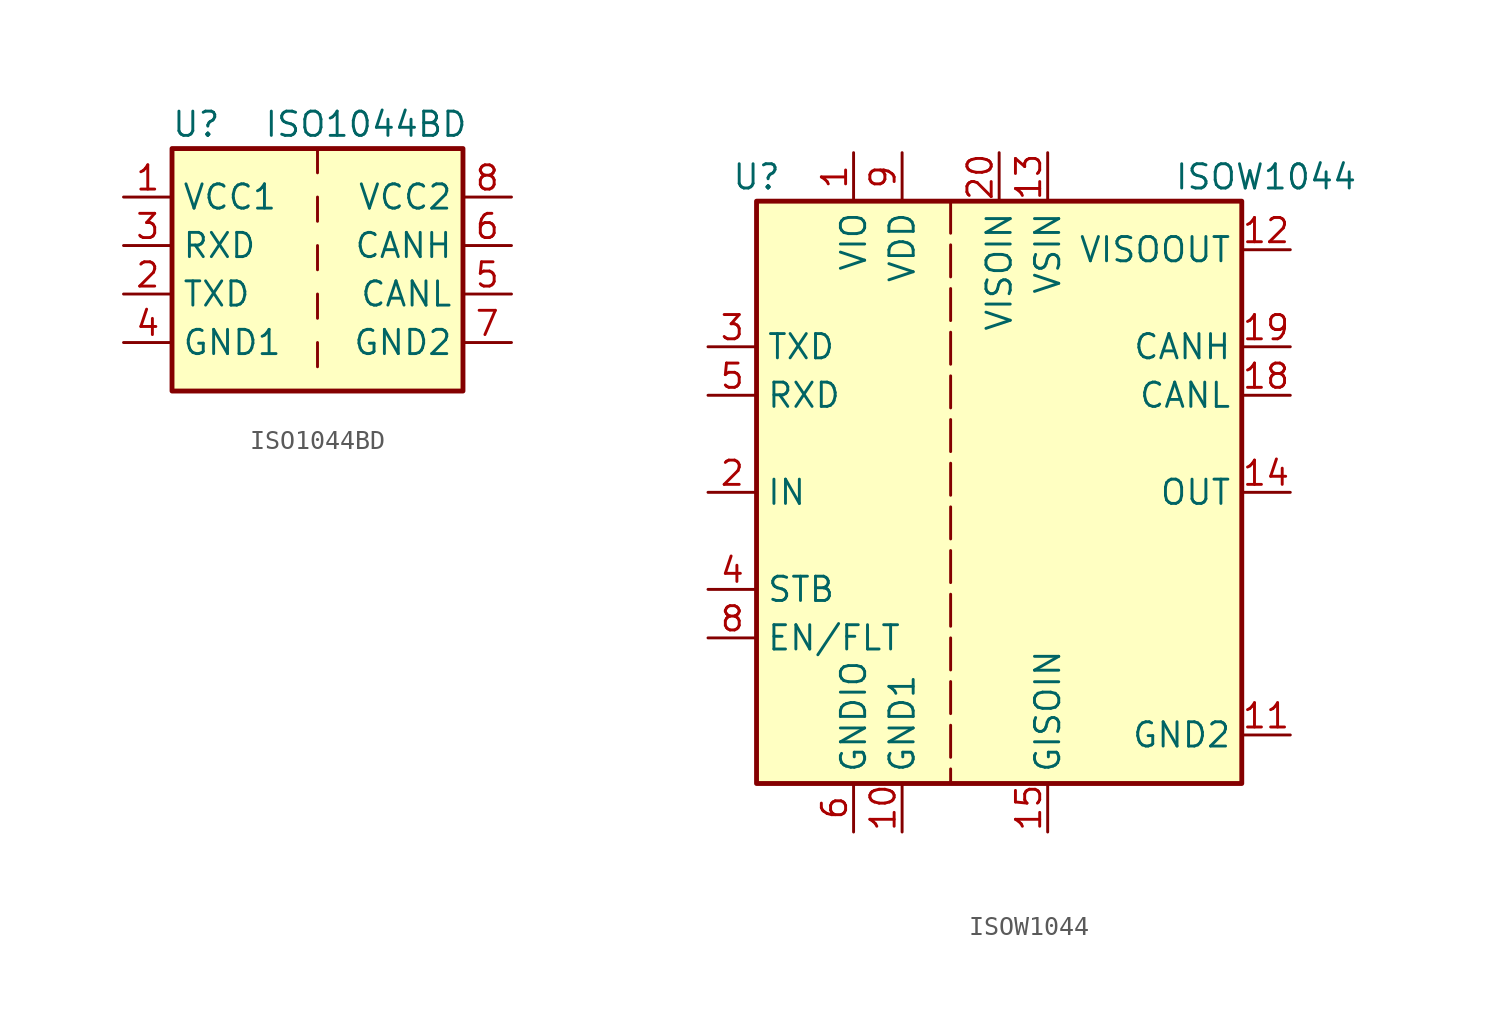
<source format=kicad_sym>
(kicad_symbol_lib
  (version 20220914)
  (generator kicad_symbol_editor)
  (symbol "ISO1044BD"
    (property "Reference" "U"
      (at -6.35 6.35 0)
      (effects (font (size 1.27 1.27))))
    (property "Value" "ISO1044BD"
      (at 2.54 6.35 0)
      (effects (font (size 1.27 1.27))))
    (symbol "ISO1044BD_0_1"
      (rectangle (start -7.62 5.08) (end 7.62 -7.62) (stroke (width 0.254) (type default)) (fill (type background)))
      (polyline (pts (xy 0 -5.08) (xy 0 -6.35)) (stroke (width 0) (type default)) (fill (type none)))
      (polyline (pts (xy 0 -2.54) (xy 0 -3.81)) (stroke (width 0) (type default)) (fill (type none)))
      (polyline (pts (xy 0 0) (xy 0 -1.27)) (stroke (width 0) (type default)) (fill (type none)))
      (polyline (pts (xy 0 2.54) (xy 0 1.27)) (stroke (width 0) (type default)) (fill (type none)))
      (polyline (pts (xy 0 5.08) (xy 0 3.81)) (stroke (width 0) (type default)) (fill (type none))))
    (symbol "ISO1044BD_1_1"
      (pin power_in line (at -10.16 2.54 0) (length 2.54) (name "VCC1" (effects (font (size 1.27 1.27)))) (number "1" (effects (font (size 1.27 1.27)))))
      (pin input line (at -10.16 -2.54 0) (length 2.54) (name "TXD" (effects (font (size 1.27 1.27)))) (number "2" (effects (font (size 1.27 1.27)))))
      (pin output line (at -10.16 0 0) (length 2.54) (name "RXD" (effects (font (size 1.27 1.27)))) (number "3" (effects (font (size 1.27 1.27)))))
      (pin power_in line (at -10.16 -5.08 0) (length 2.54) (name "GND1" (effects (font (size 1.27 1.27)))) (number "4" (effects (font (size 1.27 1.27)))))
      (pin bidirectional line (at 10.16 -2.54 180) (length 2.54) (name "CANL" (effects (font (size 1.27 1.27)))) (number "5" (effects (font (size 1.27 1.27)))))
      (pin bidirectional line (at 10.16 0 180) (length 2.54) (name "CANH" (effects (font (size 1.27 1.27)))) (number "6" (effects (font (size 1.27 1.27)))))
      (pin power_in line (at 10.16 -5.08 180) (length 2.54) (name "GND2" (effects (font (size 1.27 1.27)))) (number "7" (effects (font (size 1.27 1.27)))))
      (pin power_in line (at 10.16 2.54 180) (length 2.54) (name "VCC2" (effects (font (size 1.27 1.27)))) (number "8" (effects (font (size 1.27 1.27)))))))
  (symbol "ISOW1044"
    (property "Reference" "U"
      (at -12.7 16.51 0)
      (effects (font (size 1.27 1.27))))
    (property "Value" "ISOW1044"
      (at 13.97 16.51 0)
      (effects (font (size 1.27 1.27))))
    (symbol "ISOW1044_0_1"
      (rectangle (start -12.7 15.24) (end 12.7 -15.24) (stroke (width 0.254) (type default)) (fill (type background))))
    (symbol "ISOW1044_1_1"
      (polyline (pts (xy -2.54 15.24) (xy -2.54 -15.24)) (stroke (width 0) (type dash)) (fill (type none)))
      (pin power_in line (at -7.62 17.78 270) (length 2.54) (name "VIO" (effects (font (size 1.27 1.27)))) (number "1" (effects (font (size 1.27 1.27)))))
      (pin power_in line (at -5.08 -17.78 90) (length 2.54) (name "GND1" (effects (font (size 1.27 1.27)))) (number "10" (effects (font (size 1.27 1.27)))))
      (pin power_out line (at 15.24 -12.7 180) (length 2.54) (name "GND2" (effects (font (size 1.27 1.27)))) (number "11" (effects (font (size 1.27 1.27)))))
      (pin power_out line (at 15.24 12.7 180) (length 2.54) (name "VISOOUT" (effects (font (size 1.27 1.27)))) (number "12" (effects (font (size 1.27 1.27)))))
      (pin power_in line (at 2.54 17.78 270) (length 2.54) (name "VSIN" (effects (font (size 1.27 1.27)))) (number "13" (effects (font (size 1.27 1.27)))))
      (pin output line (at 15.24 0 180) (length 2.54) (name "OUT" (effects (font (size 1.27 1.27)))) (number "14" (effects (font (size 1.27 1.27)))))
      (pin power_in line (at 2.54 -17.78 90) (length 2.54) (name "GISOIN" (effects (font (size 1.27 1.27)))) (number "15" (effects (font (size 1.27 1.27)))))
      (pin passive line (at 2.54 -17.78 90) (length 2.54) hide (name "GISOIN" (effects (font (size 1.27 1.27)))) (number "16" (effects (font (size 1.27 1.27)))))
      (pin passive line (at 2.54 -17.78 90) (length 2.54) hide (name "GISOIN" (effects (font (size 1.27 1.27)))) (number "17" (effects (font (size 1.27 1.27)))))
      (pin bidirectional line (at 15.24 5.08 180) (length 2.54) (name "CANL" (effects (font (size 1.27 1.27)))) (number "18" (effects (font (size 1.27 1.27)))))
      (pin bidirectional line (at 15.24 7.62 180) (length 2.54) (name "CANH" (effects (font (size 1.27 1.27)))) (number "19" (effects (font (size 1.27 1.27)))))
      (pin input line (at -15.24 0 0) (length 2.54) (name "IN" (effects (font (size 1.27 1.27)))) (number "2" (effects (font (size 1.27 1.27)))))
      (pin power_in line (at 0 17.78 270) (length 2.54) (name "VISOIN" (effects (font (size 1.27 1.27)))) (number "20" (effects (font (size 1.27 1.27)))))
      (pin input line (at -15.24 7.62 0) (length 2.54) (name "TXD" (effects (font (size 1.27 1.27)))) (number "3" (effects (font (size 1.27 1.27)))))
      (pin input line (at -15.24 -5.08 0) (length 2.54) (name "STB" (effects (font (size 1.27 1.27)))) (number "4" (effects (font (size 1.27 1.27)))))
      (pin output line (at -15.24 5.08 0) (length 2.54) (name "RXD" (effects (font (size 1.27 1.27)))) (number "5" (effects (font (size 1.27 1.27)))))
      (pin power_in line (at -7.62 -17.78 90) (length 2.54) (name "GNDIO" (effects (font (size 1.27 1.27)))) (number "6" (effects (font (size 1.27 1.27)))))
      (pin no_connect line (at -12.7 -10.16 0) (length 2.54) hide (name "NC" (effects (font (size 1.27 1.27)))) (number "7" (effects (font (size 1.27 1.27)))))
      (pin input line (at -15.24 -7.62 0) (length 2.54) (name "EN/FLT" (effects (font (size 1.27 1.27)))) (number "8" (effects (font (size 1.27 1.27)))))
      (pin power_in line (at -5.08 17.78 270) (length 2.54) (name "VDD" (effects (font (size 1.27 1.27)))) (number "9" (effects (font (size 1.27 1.27))))))))
</source>
